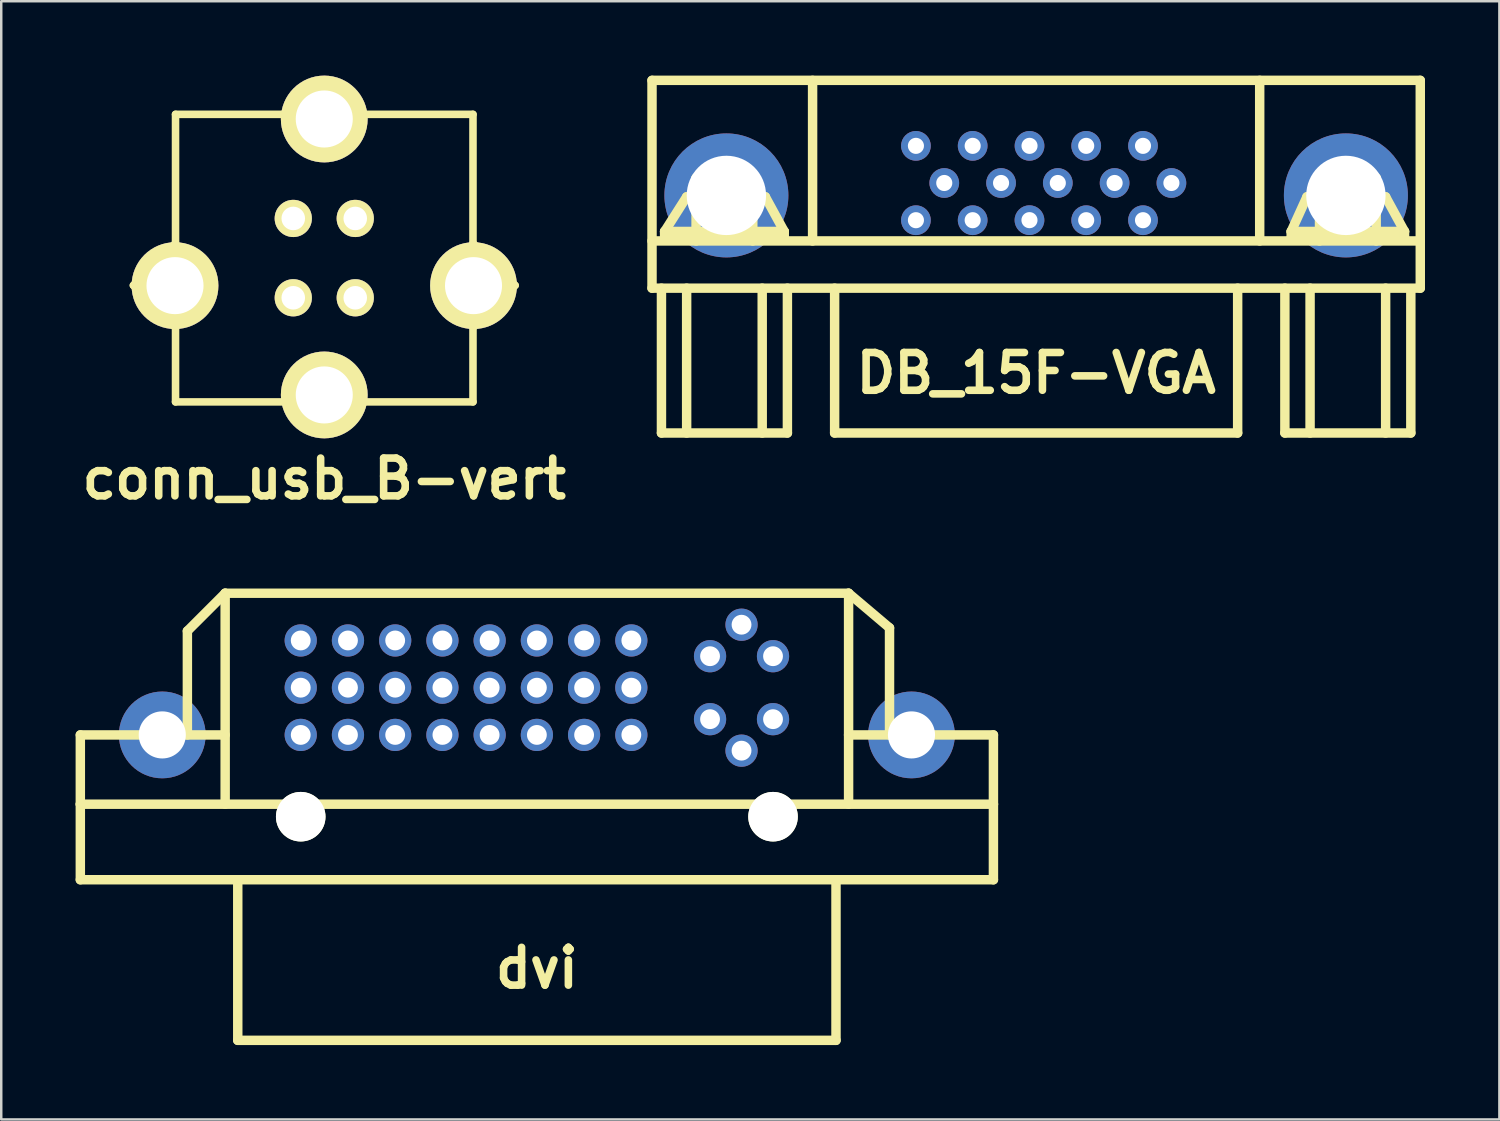
<source format=kicad_pcb>
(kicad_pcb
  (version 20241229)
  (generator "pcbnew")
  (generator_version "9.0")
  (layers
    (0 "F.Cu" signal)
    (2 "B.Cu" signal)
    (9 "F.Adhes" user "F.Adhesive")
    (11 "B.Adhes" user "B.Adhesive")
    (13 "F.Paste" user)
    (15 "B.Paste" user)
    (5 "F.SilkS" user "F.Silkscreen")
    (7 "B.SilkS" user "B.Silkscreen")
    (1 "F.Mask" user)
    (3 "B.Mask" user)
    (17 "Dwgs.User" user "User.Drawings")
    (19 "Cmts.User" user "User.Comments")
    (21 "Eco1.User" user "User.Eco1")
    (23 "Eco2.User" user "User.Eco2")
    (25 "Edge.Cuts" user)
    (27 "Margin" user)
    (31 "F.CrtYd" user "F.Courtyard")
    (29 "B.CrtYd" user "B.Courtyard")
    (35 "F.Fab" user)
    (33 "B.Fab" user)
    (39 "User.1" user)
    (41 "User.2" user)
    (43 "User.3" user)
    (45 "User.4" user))
  (footprint "DB_15F-VGA"
    (layer "F.Cu")
    (at 38.743 7.303)
    (property "Reference" "DB_15F-VGA" (at 0 4.699 0) (layer "F.SilkS") (effects (font (size 1.524 1.524) (thickness 0.305))))
    (attr through_hole)
    (fp_line (start -15.494 -0.635) (end 15.494 -0.635) (stroke (width 0.381) (type solid)) (layer "F.SilkS"))
    (fp_line (start -15.494 1.27) (end -15.494 -7.112) (stroke (width 0.381) (type solid)) (layer "F.SilkS"))
    (fp_line (start -15.494 1.27) (end 15.494 1.27) (stroke (width 0.381) (type solid)) (layer "F.SilkS"))
    (fp_line (start -15.113 1.27) (end -15.113 7.112) (stroke (width 0.381) (type solid)) (layer "F.SilkS"))
    (fp_line (start -15.113 7.112) (end -10.033 7.112) (stroke (width 0.381) (type solid)) (layer "F.SilkS"))
    (fp_line (start -14.986 -1.016) (end -14.986 -0.762) (stroke (width 0.381) (type solid)) (layer "F.SilkS"))
    (fp_line (start -14.986 -0.762) (end -10.16 -0.762) (stroke (width 0.381) (type solid)) (layer "F.SilkS"))
    (fp_line (start -14.097 -2.413) (end -14.986 -1.016) (stroke (width 0.381) (type solid)) (layer "F.SilkS"))
    (fp_line (start -14.097 -2.413) (end -10.922 -2.413) (stroke (width 0.381) (type solid)) (layer "F.SilkS"))
    (fp_line (start -14.097 1.27) (end -14.097 7.112) (stroke (width 0.381) (type solid)) (layer "F.SilkS"))
    (fp_line (start -13.716 -3.175) (end -11.43 -3.175) (stroke (width 0.381) (type solid)) (layer "F.SilkS"))
    (fp_line (start -13.716 -0.635) (end -13.716 -3.175) (stroke (width 0.381) (type solid)) (layer "F.SilkS"))
    (fp_line (start -11.43 -3.175) (end -11.43 -0.635) (stroke (width 0.381) (type solid)) (layer "F.SilkS"))
    (fp_line (start -11.049 1.27) (end -11.049 7.112) (stroke (width 0.381) (type solid)) (layer "F.SilkS"))
    (fp_line (start -10.922 -2.413) (end -10.16 -1.016) (stroke (width 0.381) (type solid)) (layer "F.SilkS"))
    (fp_line (start -10.16 -1.016) (end -14.986 -1.016) (stroke (width 0.381) (type solid)) (layer "F.SilkS"))
    (fp_line (start -10.16 -0.762) (end -10.16 -1.016) (stroke (width 0.381) (type solid)) (layer "F.SilkS"))
    (fp_line (start -10.033 1.27) (end -10.033 7.112) (stroke (width 0.381) (type solid)) (layer "F.SilkS"))
    (fp_line (start -9.017 -7.112) (end -9.017 -0.635) (stroke (width 0.381) (type solid)) (layer "F.SilkS"))
    (fp_line (start -8.128 1.27) (end -8.128 7.112) (stroke (width 0.381) (type solid)) (layer "F.SilkS"))
    (fp_line (start -8.128 7.112) (end 8.128 7.112) (stroke (width 0.381) (type solid)) (layer "F.SilkS"))
    (fp_line (start 8.128 7.112) (end 8.128 1.27) (stroke (width 0.381) (type solid)) (layer "F.SilkS"))
    (fp_line (start 9.017 -0.635) (end 9.017 -7.112) (stroke (width 0.381) (type solid)) (layer "F.SilkS"))
    (fp_line (start 10.033 1.27) (end 10.033 7.112) (stroke (width 0.381) (type solid)) (layer "F.SilkS"))
    (fp_line (start 10.033 7.112) (end 15.113 7.112) (stroke (width 0.381) (type solid)) (layer "F.SilkS"))
    (fp_line (start 10.287 -1.016) (end 10.287 -0.762) (stroke (width 0.381) (type solid)) (layer "F.SilkS"))
    (fp_line (start 10.287 -0.762) (end 14.859 -0.762) (stroke (width 0.381) (type solid)) (layer "F.SilkS"))
    (fp_line (start 10.922 -2.413) (end 10.287 -1.016) (stroke (width 0.381) (type solid)) (layer "F.SilkS"))
    (fp_line (start 10.922 -2.413) (end 14.097 -2.413) (stroke (width 0.381) (type solid)) (layer "F.SilkS"))
    (fp_line (start 11.049 1.27) (end 11.049 7.112) (stroke (width 0.381) (type solid)) (layer "F.SilkS"))
    (fp_line (start 11.43 -3.175) (end 13.716 -3.175) (stroke (width 0.381) (type solid)) (layer "F.SilkS"))
    (fp_line (start 11.43 -0.635) (end 11.43 -3.175) (stroke (width 0.381) (type solid)) (layer "F.SilkS"))
    (fp_line (start 13.716 -3.175) (end 13.716 -0.635) (stroke (width 0.381) (type solid)) (layer "F.SilkS"))
    (fp_line (start 14.097 -2.413) (end 14.859 -1.016) (stroke (width 0.381) (type solid)) (layer "F.SilkS"))
    (fp_line (start 14.097 1.27) (end 14.097 7.112) (stroke (width 0.381) (type solid)) (layer "F.SilkS"))
    (fp_line (start 14.859 -1.016) (end 10.287 -1.016) (stroke (width 0.381) (type solid)) (layer "F.SilkS"))
    (fp_line (start 14.859 -0.762) (end 14.859 -1.016) (stroke (width 0.381) (type solid)) (layer "F.SilkS"))
    (fp_line (start 15.113 7.112) (end 15.113 1.397) (stroke (width 0.381) (type solid)) (layer "F.SilkS"))
    (fp_line (start 15.494 -7.112) (end -15.494 -7.112) (stroke (width 0.381) (type solid)) (layer "F.SilkS"))
    (fp_line (start 15.494 -7.112) (end 15.494 1.27) (stroke (width 0.381) (type solid)) (layer "F.SilkS"))
    (pad "" thru_hole circle (at -12.494 -2.471) (size 5.001 5.001) (drill 3.2) (layers "*.Cu"))
    (pad "" thru_hole circle (at 12.494 -2.471) (size 5.001 5.001) (drill 3.2) (layers "*.Cu"))
    (pad "1" thru_hole circle (at 4.31 -4.47) (size 1.199 1.199) (drill 0.65) (layers "*.Cu"))
    (pad "2" thru_hole circle (at 2.019 -4.47) (size 1.199 1.199) (drill 0.65) (layers "*.Cu"))
    (pad "3" thru_hole circle (at -0.267 -4.47) (size 1.199 1.199) (drill 0.65) (layers "*.Cu"))
    (pad "4" thru_hole circle (at -2.56 -4.47) (size 1.199 1.199) (drill 0.65) (layers "*.Cu"))
    (pad "5" thru_hole circle (at -4.849 -4.47) (size 1.199 1.199) (drill 0.65) (layers "*.Cu"))
    (pad "6" thru_hole circle (at 5.456 -2.972) (size 1.199 1.199) (drill 0.65) (layers "*.Cu"))
    (pad "7" thru_hole circle (at 3.165 -2.972) (size 1.199 1.199) (drill 0.65) (layers "*.Cu"))
    (pad "8" thru_hole circle (at 0.874 -2.972) (size 1.199 1.199) (drill 0.65) (layers "*.Cu"))
    (pad "9" thru_hole circle (at -1.415 -2.972) (size 1.199 1.199) (drill 0.65) (layers "*.Cu"))
    (pad "10" thru_hole circle (at -3.706 -2.972) (size 1.199 1.199) (drill 0.65) (layers "*.Cu"))
    (pad "11" thru_hole circle (at 4.31 -1.471) (size 1.199 1.199) (drill 0.65) (layers "*.Cu"))
    (pad "12" thru_hole circle (at 2.019 -1.471) (size 1.199 1.199) (drill 0.65) (layers "*.Cu"))
    (pad "13" thru_hole circle (at -0.269 -1.473) (size 1.199 1.199) (drill 0.65) (layers "*.Cu"))
    (pad "14" thru_hole circle (at -2.56 -1.471) (size 1.199 1.199) (drill 0.65) (layers "*.Cu"))
    (pad "15" thru_hole circle (at -4.849 -1.471) (size 1.199 1.199) (drill 0.65) (layers "*.Cu")))
  (footprint "conn_usb_B-vert"
    (layer "F.Cu")
    (at 10.029 7.361)
    (property "Reference" "conn_usb_B-vert" (at 0 8.9 0) (layer "F.SilkS") (effects (font (size 1.524 1.524) (thickness 0.305))))
    (attr through_hole)
    (fp_line (start -7.699 1.1) (end -5.999 2.799) (stroke (width 0.305) (type solid)) (layer "F.SilkS"))
    (fp_line (start -5.999 -5.799) (end 5.999 -5.799) (stroke (width 0.305) (type solid)) (layer "F.SilkS"))
    (fp_line (start -5.999 -0.599) (end -7.699 1.1) (stroke (width 0.305) (type solid)) (layer "F.SilkS"))
    (fp_line (start -5.999 5.799) (end -5.999 -5.799) (stroke (width 0.305) (type solid)) (layer "F.SilkS"))
    (fp_line (start 5.999 -5.799) (end 5.999 5.799) (stroke (width 0.305) (type solid)) (layer "F.SilkS"))
    (fp_line (start 5.999 -0.599) (end 7.699 1.1) (stroke (width 0.305) (type solid)) (layer "F.SilkS"))
    (fp_line (start 5.999 5.799) (end -5.999 5.799) (stroke (width 0.305) (type solid)) (layer "F.SilkS"))
    (fp_line (start 7.699 1.1) (end 5.999 2.799) (stroke (width 0.305) (type solid)) (layer "F.SilkS"))
    (pad "" thru_hole circle (at -6.02 1.11) (size 3.5 3.5) (drill 2.301) (layers "*.Cu" "*.Mask" "F.SilkS"))
    (pad "" thru_hole circle (at 0 -5.611) (size 3.5 3.5) (drill 2.301) (layers "*.Cu" "*.Mask" "F.SilkS"))
    (pad "" thru_hole circle (at 0 5.519) (size 3.5 3.5) (drill 2.301) (layers "*.Cu" "*.Mask" "F.SilkS"))
    (pad "" thru_hole circle (at 6.02 1.11) (size 3.5 3.5) (drill 2.301) (layers "*.Cu" "*.Mask" "F.SilkS"))
    (pad "1" thru_hole circle (at 1.25 -1.6) (size 1.501 1.501) (drill 0.95) (layers "*.Cu" "*.Mask" "F.SilkS"))
    (pad "2" thru_hole circle (at -1.25 -1.6) (size 1.501 1.501) (drill 0.95) (layers "*.Cu" "*.Mask" "F.SilkS"))
    (pad "3" thru_hole circle (at -1.25 1.6) (size 1.501 1.501) (drill 0.95) (layers "*.Cu" "*.Mask" "F.SilkS"))
    (pad "4" thru_hole circle (at 1.25 1.6) (size 1.501 1.501) (drill 0.95) (layers "*.Cu" "*.Mask" "F.SilkS")))
  (footprint "dvi"
    (layer "F.Cu")
    (at 18.605 29.895)
    (property "Reference" "dvi" (at 0 6.101 0) (layer "F.SilkS") (effects (font (size 1.524 1.524) (thickness 0.305))))
    (attr through_hole)
    (fp_line (start -18.415 -3.302) (end -12.573 -3.302) (stroke (width 0.381) (type solid)) (layer "F.SilkS"))
    (fp_line (start -18.415 -0.508) (end -18.415 -3.302) (stroke (width 0.381) (type solid)) (layer "F.SilkS"))
    (fp_line (start -18.415 -0.508) (end -18.415 2.54) (stroke (width 0.381) (type solid)) (layer "F.SilkS"))
    (fp_line (start -18.415 -0.508) (end 18.415 -0.508) (stroke (width 0.381) (type solid)) (layer "F.SilkS"))
    (fp_line (start -18.415 2.54) (end 18.415 2.54) (stroke (width 0.381) (type solid)) (layer "F.SilkS"))
    (fp_line (start -14.097 -7.493) (end -14.097 -3.302) (stroke (width 0.381) (type solid)) (layer "F.SilkS"))
    (fp_line (start -12.573 -9.017) (end -14.097 -7.493) (stroke (width 0.381) (type solid)) (layer "F.SilkS"))
    (fp_line (start -12.573 -9.017) (end -12.573 -0.508) (stroke (width 0.381) (type solid)) (layer "F.SilkS"))
    (fp_line (start -12.573 -9.017) (end 12.573 -9.017) (stroke (width 0.381) (type solid)) (layer "F.SilkS"))
    (fp_line (start -12.065 9.017) (end -12.065 2.54) (stroke (width 0.381) (type solid)) (layer "F.SilkS"))
    (fp_line (start -12.065 9.017) (end 12.065 9.017) (stroke (width 0.381) (type solid)) (layer "F.SilkS"))
    (fp_line (start 12.065 9.017) (end 12.065 2.54) (stroke (width 0.381) (type solid)) (layer "F.SilkS"))
    (fp_line (start 12.573 -9.017) (end 12.573 -0.508) (stroke (width 0.381) (type solid)) (layer "F.SilkS"))
    (fp_line (start 12.573 -9.017) (end 14.224 -7.62) (stroke (width 0.381) (type solid)) (layer "F.SilkS"))
    (fp_line (start 14.224 -7.62) (end 14.224 -3.302) (stroke (width 0.381) (type solid)) (layer "F.SilkS"))
    (fp_line (start 18.415 -3.302) (end 12.573 -3.302) (stroke (width 0.381) (type solid)) (layer "F.SilkS"))
    (fp_line (start 18.415 -0.508) (end 18.415 -3.302) (stroke (width 0.381) (type solid)) (layer "F.SilkS"))
    (fp_line (start 18.415 -0.508) (end 18.415 2.54) (stroke (width 0.381) (type solid)) (layer "F.SilkS"))
    (pad "" thru_hole circle (at -15.11 -3.302) (size 3.5 3.5) (drill 1.9) (layers "*.Cu"))
    (pad "" np_thru_hole circle (at -9.525 -0.003) (size 1.999 1.999) (drill 1.999) (layers "*.Cu" "*.Mask" "F.SilkS"))
    (pad "" np_thru_hole circle (at 9.525 -0.003) (size 1.999 1.999) (drill 1.999) (layers "*.Cu" "*.Mask" "F.SilkS"))
    (pad "" thru_hole circle (at 15.11 -3.302) (size 3.5 3.5) (drill 1.9) (layers "*.Cu"))
    (pad "1" thru_hole circle (at -9.525 -7.112) (size 1.3 1.3) (drill 0.8) (layers "*.Cu"))
    (pad "2" thru_hole circle (at -7.62 -7.112) (size 1.3 1.3) (drill 0.8) (layers "*.Cu"))
    (pad "3" thru_hole circle (at -5.715 -7.112) (size 1.3 1.3) (drill 0.8) (layers "*.Cu"))
    (pad "4" thru_hole circle (at -3.81 -7.112) (size 1.3 1.3) (drill 0.8) (layers "*.Cu"))
    (pad "5" thru_hole circle (at -1.905 -7.112) (size 1.3 1.3) (drill 0.8) (layers "*.Cu"))
    (pad "6" thru_hole circle (at 0 -7.112) (size 1.3 1.3) (drill 0.8) (layers "*.Cu"))
    (pad "7" thru_hole circle (at 1.905 -7.112) (size 1.3 1.3) (drill 0.8) (layers "*.Cu"))
    (pad "8" thru_hole circle (at 3.81 -7.112) (size 1.3 1.3) (drill 0.8) (layers "*.Cu"))
    (pad "9" thru_hole circle (at -9.525 -5.207) (size 1.3 1.3) (drill 0.8) (layers "*.Cu"))
    (pad "10" thru_hole circle (at -7.62 -5.207) (size 1.3 1.3) (drill 0.8) (layers "*.Cu"))
    (pad "11" thru_hole circle (at -5.715 -5.207) (size 1.3 1.3) (drill 0.8) (layers "*.Cu"))
    (pad "12" thru_hole circle (at -3.81 -5.207) (size 1.3 1.3) (drill 0.8) (layers "*.Cu"))
    (pad "13" thru_hole circle (at -1.905 -5.207) (size 1.3 1.3) (drill 0.8) (layers "*.Cu"))
    (pad "14" thru_hole circle (at 0 -5.207) (size 1.3 1.3) (drill 0.8) (layers "*.Cu"))
    (pad "15" thru_hole circle (at 1.905 -5.207) (size 1.3 1.3) (drill 0.8) (layers "*.Cu"))
    (pad "16" thru_hole circle (at 3.81 -5.207) (size 1.3 1.3) (drill 0.8) (layers "*.Cu"))
    (pad "17" thru_hole circle (at -9.525 -3.302) (size 1.3 1.3) (drill 0.8) (layers "*.Cu"))
    (pad "18" thru_hole circle (at -7.62 -3.302) (size 1.3 1.3) (drill 0.8) (layers "*.Cu"))
    (pad "19" thru_hole circle (at -5.715 -3.302) (size 1.3 1.3) (drill 0.8) (layers "*.Cu"))
    (pad "20" thru_hole circle (at -3.81 -3.302) (size 1.3 1.3) (drill 0.8) (layers "*.Cu"))
    (pad "21" thru_hole circle (at -1.905 -3.302) (size 1.3 1.3) (drill 0.8) (layers "*.Cu"))
    (pad "22" thru_hole circle (at 0 -3.302) (size 1.3 1.3) (drill 0.8) (layers "*.Cu"))
    (pad "23" thru_hole circle (at 1.905 -3.302) (size 1.3 1.3) (drill 0.8) (layers "*.Cu"))
    (pad "24" thru_hole circle (at 3.81 -3.302) (size 1.3 1.3) (drill 0.8) (layers "*.Cu"))
    (pad "C1" thru_hole circle (at 6.985 -6.477) (size 1.3 1.3) (drill 0.8) (layers "*.Cu"))
    (pad "C2" thru_hole circle (at 9.525 -6.477) (size 1.3 1.3) (drill 0.8) (layers "*.Cu"))
    (pad "C3" thru_hole circle (at 6.985 -3.937) (size 1.3 1.3) (drill 0.8) (layers "*.Cu"))
    (pad "C4" thru_hole circle (at 9.525 -3.937) (size 1.3 1.3) (drill 0.8) (layers "*.Cu"))
    (pad "C5" thru_hole circle (at 8.255 -7.747) (size 1.3 1.3) (drill 0.8) (layers "*.Cu"))
    (pad "C5" thru_hole circle (at 8.255 -2.667) (size 1.3 1.3) (drill 0.8) (layers "*.Cu")))
  (gr_rect
    (start -3 -3)
    (end 57.428 42.103)
    (stroke (width 0.1) (type default))
    (fill no)
    (layer "Edge.Cuts")))
</source>
